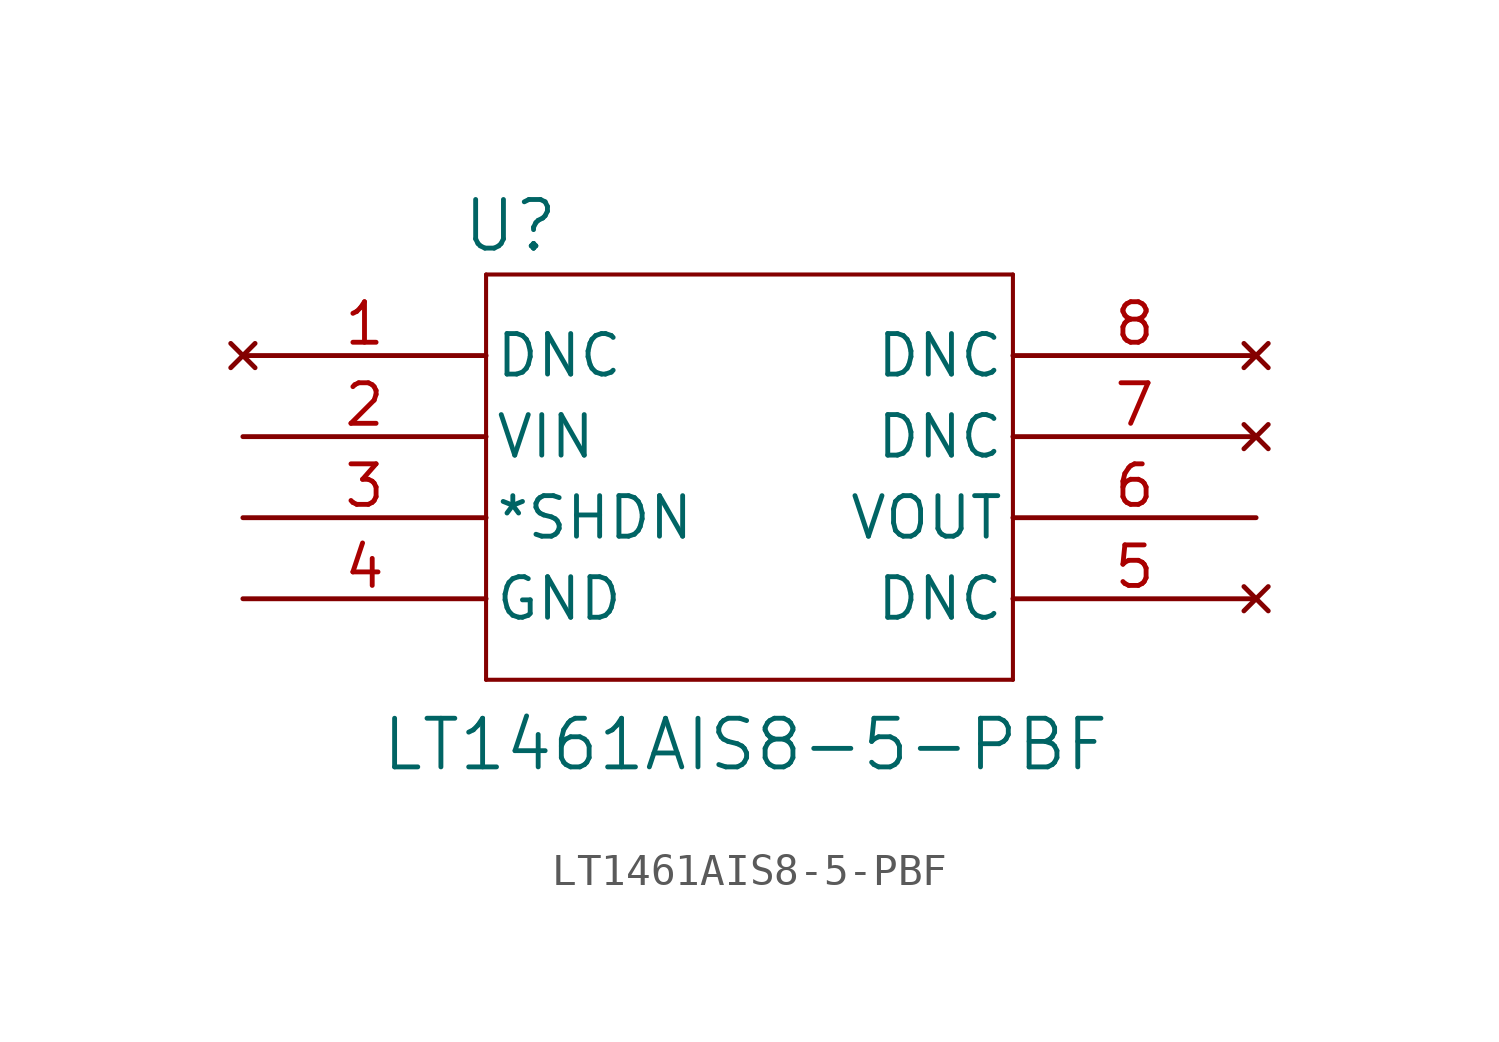
<source format=kicad_sym>
(kicad_symbol_lib
  (version 20231120)
  (generator "kicad_symbol_editor")
  (generator_version "8.0")
  (symbol "LT1461AIS8-5-PBF"
    (pin_names
      (offset 0.254))
    (property "Reference" "U"
      (at 8.382 6.604 0)
      (effects (font (size 1.524 1.524))))
    (property "Value" "LT1461AIS8-5-PBF"
      (at 15.748 -9.652 0)
      (effects (font (size 1.524 1.524))))
    (property "ki_locked" ""
      (at 0 0 0)
      (effects (font (size 1.27 1.27))))
    (symbol "LT1461AIS8-5-PBF_0_1"
      (polyline (pts (xy 7.62 -7.62) (xy 24.13 -7.62)) (stroke (width 0.127) (type default)) (fill (type none)))
      (polyline (pts (xy 7.62 5.08) (xy 7.62 -7.62)) (stroke (width 0.127) (type default)) (fill (type none)))
      (polyline (pts (xy 24.13 -7.62) (xy 24.13 5.08)) (stroke (width 0.127) (type default)) (fill (type none)))
      (polyline (pts (xy 24.13 5.08) (xy 7.62 5.08)) (stroke (width 0.127) (type default)) (fill (type none)))
      (pin no_connect line (at 0 2.54 0) (length 7.62) (name "DNC" (effects (font (size 1.27 1.27)))) (number "1" (effects (font (size 1.27 1.27)))))
      (pin input line (at 0 0 0) (length 7.62) (name "VIN" (effects (font (size 1.27 1.27)))) (number "2" (effects (font (size 1.27 1.27)))))
      (pin unspecified line (at 0 -2.54 0) (length 7.62) (name "*SHDN" (effects (font (size 1.27 1.27)))) (number "3" (effects (font (size 1.27 1.27)))))
      (pin power_in line (at 0 -5.08 0) (length 7.62) (name "GND" (effects (font (size 1.27 1.27)))) (number "4" (effects (font (size 1.27 1.27)))))
      (pin no_connect line (at 31.75 -5.08 180) (length 7.62) (name "DNC" (effects (font (size 1.27 1.27)))) (number "5" (effects (font (size 1.27 1.27)))))
      (pin output line (at 31.75 -2.54 180) (length 7.62) (name "VOUT" (effects (font (size 1.27 1.27)))) (number "6" (effects (font (size 1.27 1.27)))))
      (pin no_connect line (at 31.75 0 180) (length 7.62) (name "DNC" (effects (font (size 1.27 1.27)))) (number "7" (effects (font (size 1.27 1.27)))))
      (pin no_connect line (at 31.75 2.54 180) (length 7.62) (name "DNC" (effects (font (size 1.27 1.27)))) (number "8" (effects (font (size 1.27 1.27))))))))
</source>
